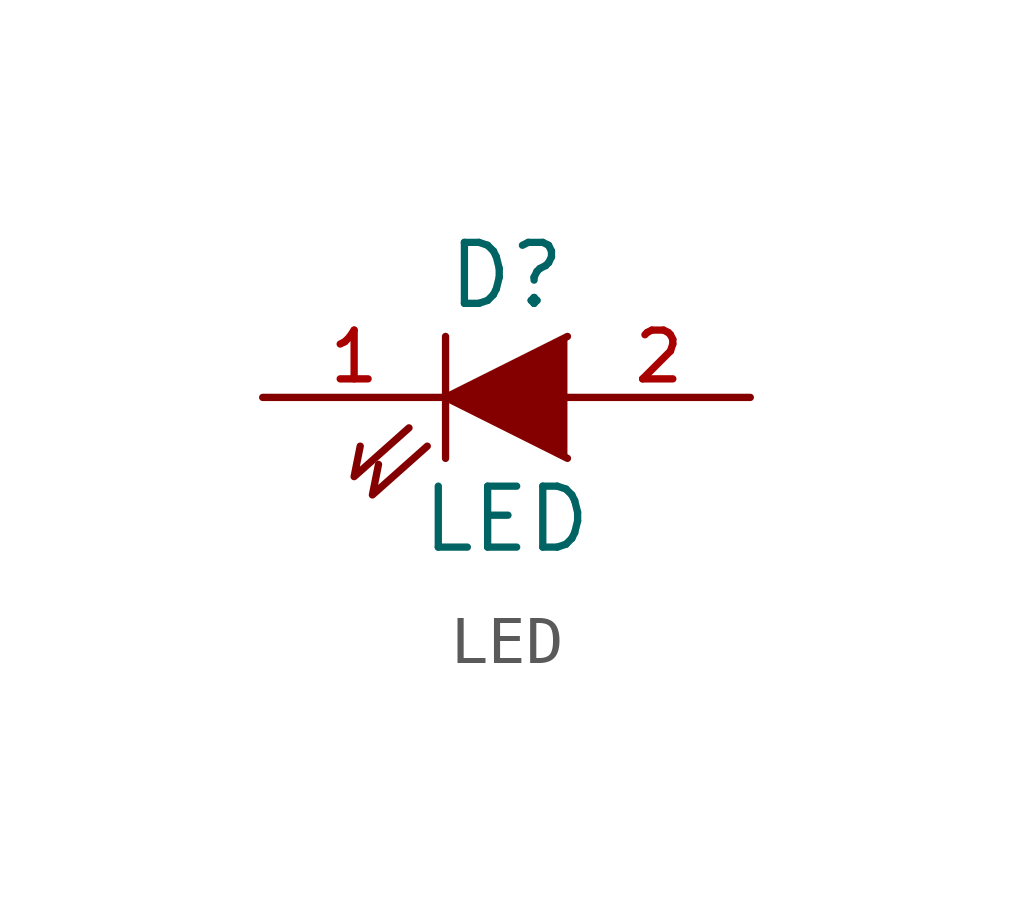
<source format=kicad_sym>
(kicad_symbol_lib
  (version 20201005)
  (generator kicad_symbol_editor)
  (symbol "pic_programmer_schlib:LED"
    (pin_names
      (offset 1.016) hide)
    (property "Reference" "D"
      (at 0 2.54 0)
      (effects (font (size 1.27 1.27))))
    (property "Value" "LED"
      (at 0 -2.54 0)
      (effects (font (size 1.27 1.27))))
    (property "Footprint" ""
      (at 0 0 0)
      (effects (font (size 1.524 1.524))))
    (property "Datasheet" ""
      (at 0 0 0)
      (effects (font (size 1.524 1.524))))
    (symbol "LED_0_1"
      (polyline (pts (xy -1.27 1.27) (xy -1.27 -1.27)) (stroke (width 0)) (fill (type none)))
      (polyline (pts (xy -2.032 -0.635) (xy -3.175 -1.651) (xy -3.048 -1.016)) (stroke (width 0)) (fill (type none)))
      (polyline (pts (xy -1.651 -1.016) (xy -2.794 -2.032) (xy -2.667 -1.397)) (stroke (width 0)) (fill (type none)))
      (polyline (pts (xy 1.27 1.27) (xy -1.27 0) (xy 1.27 -1.27)) (stroke (width 0)) (fill (type outline))))
    (symbol "LED_1_1"
      (pin passive line (at -5.08 0 0) (length 3.81) (name "K" (effects (font (size 1.016 1.016)))) (number "1" (effects (font (size 1.016 1.016)))))
      (pin passive line (at 5.08 0 180) (length 3.81) (name "A" (effects (font (size 1.016 1.016)))) (number "2" (effects (font (size 1.016 1.016))))))))
</source>
